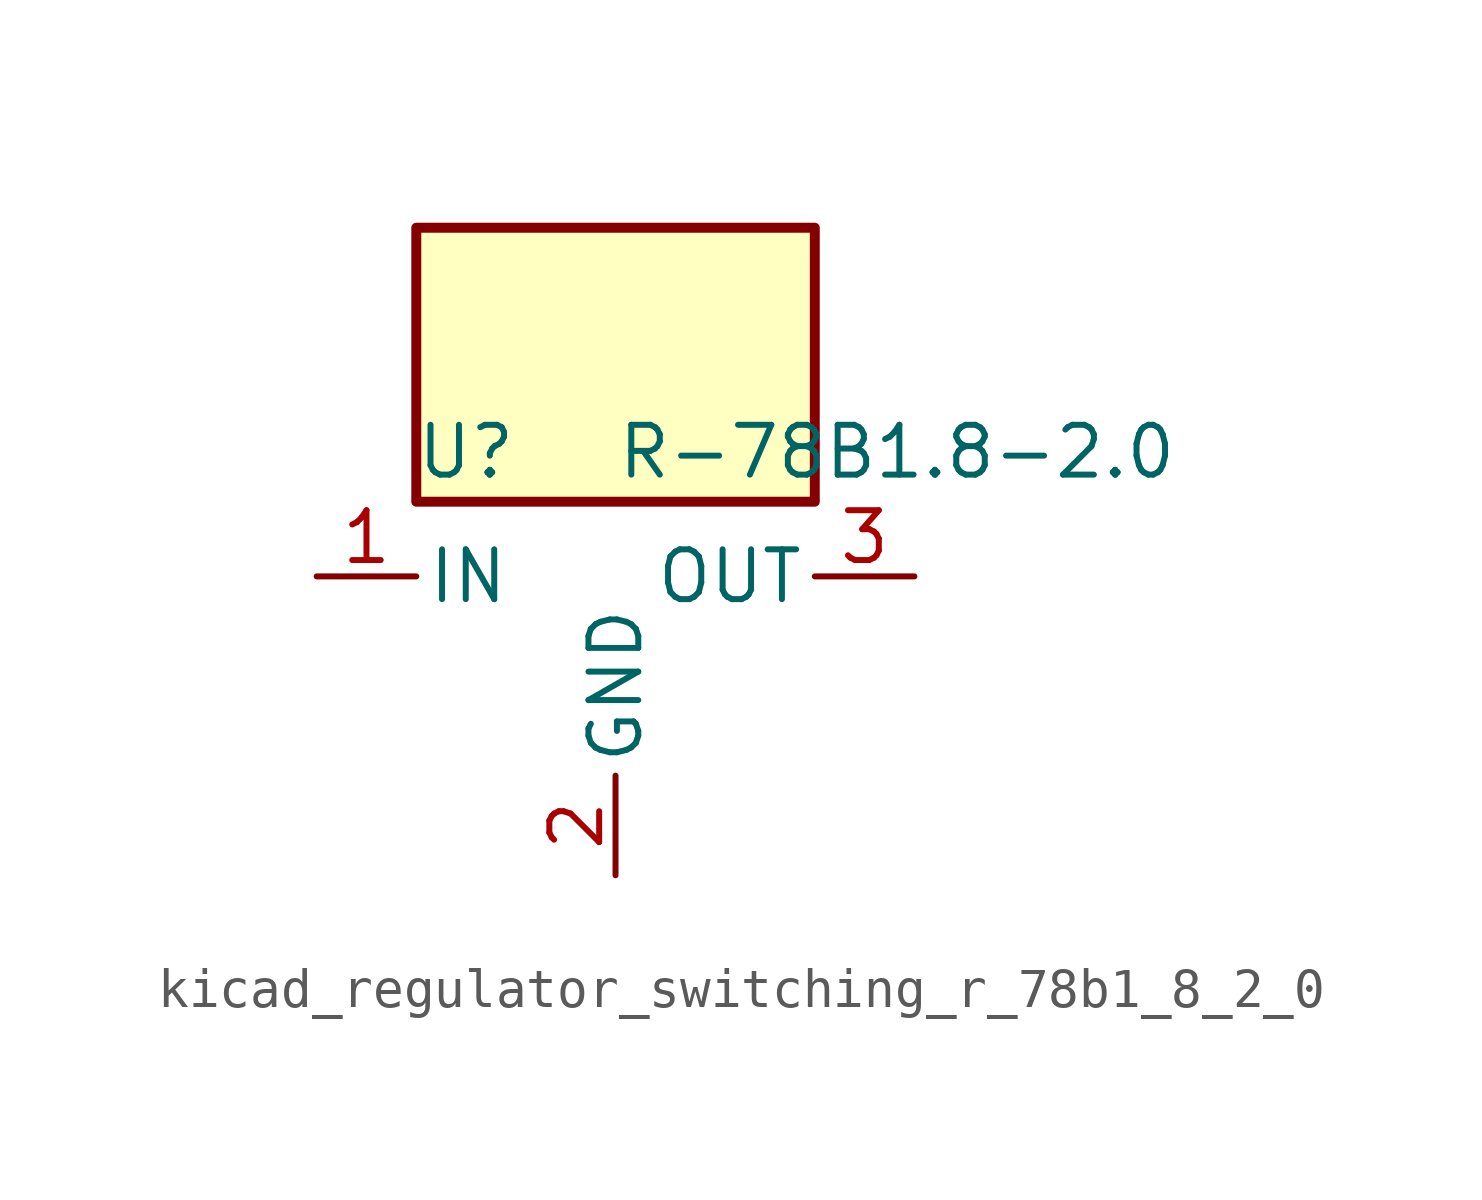
<source format=kicad_sym>
(kicad_symbol_lib
  (version 20220914)
  (generator kicad_symbol_editor)
  (symbol "kicad_regulator_switching_r_78b1_8_2_0"
    (pin_names
      (offset 0.254))
    (property "Reference" "U"
      (at -3.81 3.175 0)
      (effects (font (size 1.27 1.27))))
    (property "Value" "R-78B1.8-2.0"
      (at 0 3.175 0)
      (effects (font (size 1.27 1.27)) (justify left)))
    (symbol "kicad_regulator_switching_r_78b1_8_2_0_0_1"
      (rectangle (start 5.08 8.89) (end -5.08 1.905) (stroke (width 0.254) (type default)) (fill (type background))))
    (symbol "kicad_regulator_switching_r_78b1_8_2_0_1_1"
      (pin power_in line (at -7.62 0 0) (length 2.54) (name "IN" (effects (font (size 1.27 1.27)))) (number "1" (effects (font (size 1.27 1.27)))))
      (pin power_in line (at 0 -7.62 90) (length 2.54) (name "GND" (effects (font (size 1.27 1.27)))) (number "2" (effects (font (size 1.27 1.27)))))
      (pin power_out line (at 7.62 0 180) (length 2.54) (name "OUT" (effects (font (size 1.27 1.27)))) (number "3" (effects (font (size 1.27 1.27))))))))
</source>
